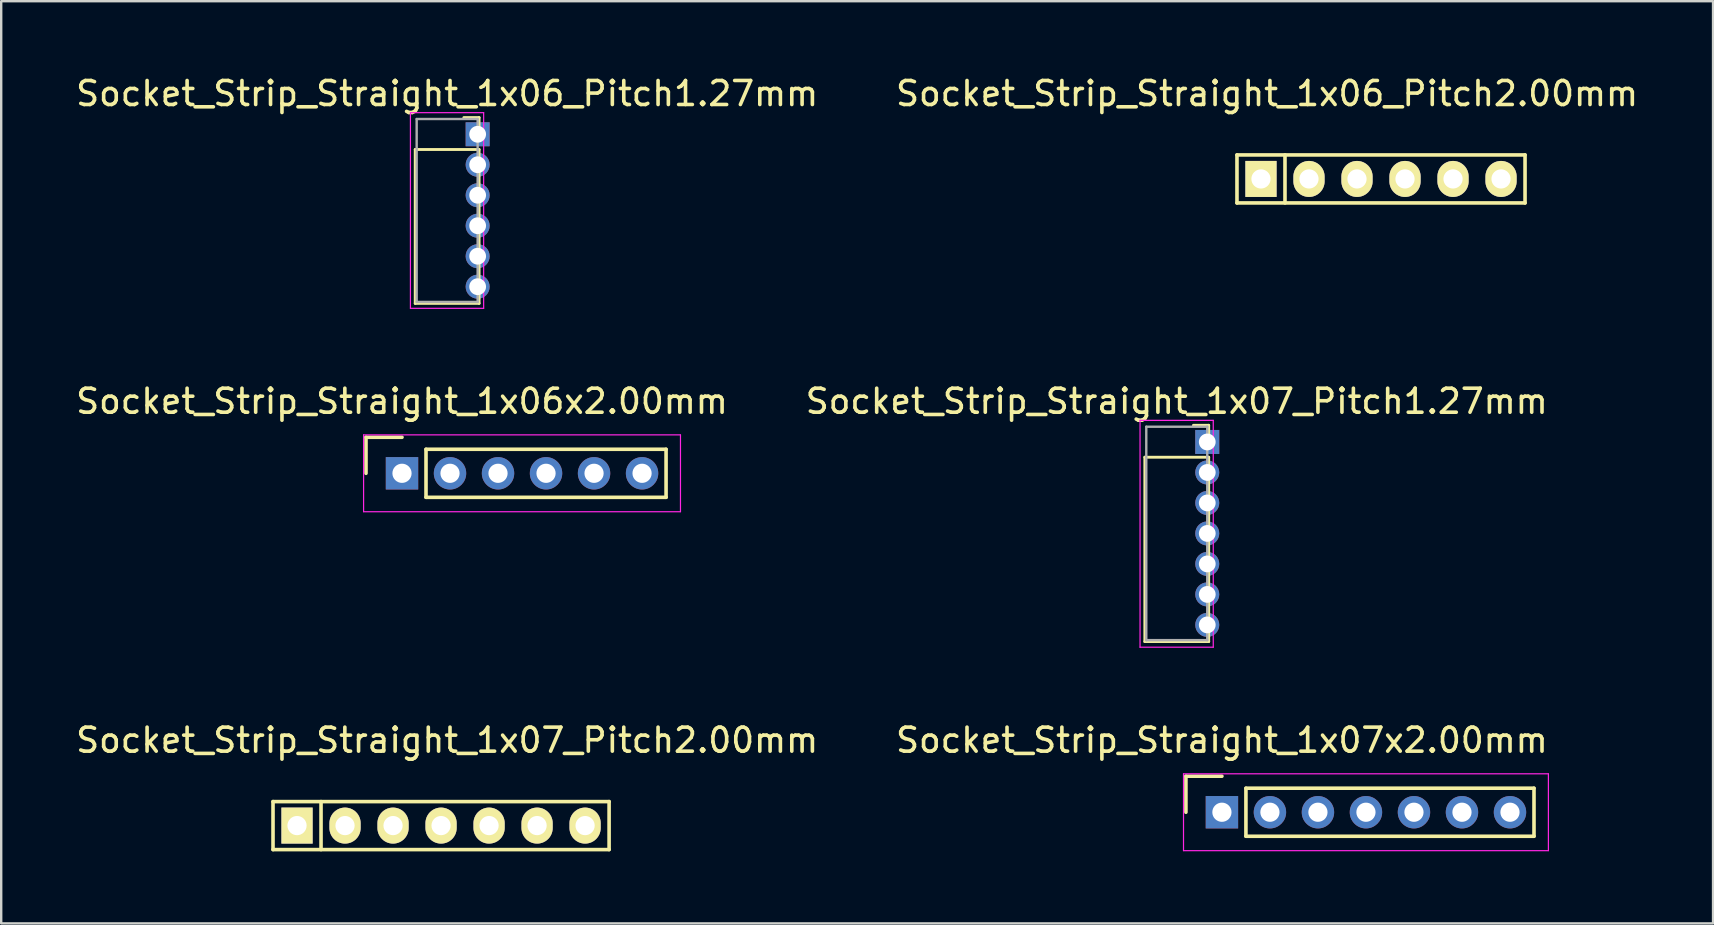
<source format=kicad_pcb>
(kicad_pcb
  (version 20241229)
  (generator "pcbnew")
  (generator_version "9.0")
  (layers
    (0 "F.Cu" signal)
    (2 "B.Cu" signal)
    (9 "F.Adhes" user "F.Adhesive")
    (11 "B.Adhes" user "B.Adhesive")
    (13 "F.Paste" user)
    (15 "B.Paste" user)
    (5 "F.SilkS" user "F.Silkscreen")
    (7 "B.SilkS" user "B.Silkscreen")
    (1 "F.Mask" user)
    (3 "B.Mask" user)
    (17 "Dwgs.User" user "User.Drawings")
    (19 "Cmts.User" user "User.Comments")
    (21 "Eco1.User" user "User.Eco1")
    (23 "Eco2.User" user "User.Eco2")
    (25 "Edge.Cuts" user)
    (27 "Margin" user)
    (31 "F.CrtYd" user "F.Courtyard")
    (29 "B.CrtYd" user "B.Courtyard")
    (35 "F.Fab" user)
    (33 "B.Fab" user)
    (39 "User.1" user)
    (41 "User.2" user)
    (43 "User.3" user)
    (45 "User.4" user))
  (footprint "Socket_Strip_Straight_1x07_Pitch1.27mm"
    (layer "F.Cu")
    (at 47.24 15.361)
    (property "Reference" "Socket_Strip_Straight_1x07_Pitch1.27mm" (at -1.27 -1.695 0) (layer "F.SilkS") (effects (font (size 1 1) (thickness 0.15))))
    (attr through_hole)
    (fp_line (start -2.6 0.635) (end -2.6 8.315) (stroke (width 0.12) (type solid)) (layer "F.SilkS"))
    (fp_line (start -2.6 8.315) (end 0.06 8.315) (stroke (width 0.12) (type solid)) (layer "F.SilkS"))
    (fp_line (start 0.06 -0.695) (end -0.575 -0.695) (stroke (width 0.12) (type solid)) (layer "F.SilkS"))
    (fp_line (start 0.06 0) (end 0.06 -0.695) (stroke (width 0.12) (type solid)) (layer "F.SilkS"))
    (fp_line (start 0.06 0.635) (end -2.6 0.635) (stroke (width 0.12) (type solid)) (layer "F.SilkS"))
    (fp_line (start 0.06 8.315) (end 0.06 0.635) (stroke (width 0.12) (type solid)) (layer "F.SilkS"))
    (fp_line (start -2.8 -0.9) (end -2.8 8.55) (stroke (width 0.05) (type solid)) (layer "F.CrtYd"))
    (fp_line (start -2.8 8.55) (end 0.25 8.55) (stroke (width 0.05) (type solid)) (layer "F.CrtYd"))
    (fp_line (start 0.25 -0.9) (end -2.8 -0.9) (stroke (width 0.05) (type solid)) (layer "F.CrtYd"))
    (fp_line (start 0.25 8.55) (end 0.25 -0.9) (stroke (width 0.05) (type solid)) (layer "F.CrtYd"))
    (fp_line (start -2.54 -0.635) (end -2.54 8.255) (stroke (width 0.1) (type solid)) (layer "F.Fab"))
    (fp_line (start -2.54 8.255) (end 0 8.255) (stroke (width 0.1) (type solid)) (layer "F.Fab"))
    (fp_line (start 0 -0.635) (end -2.54 -0.635) (stroke (width 0.1) (type solid)) (layer "F.Fab"))
    (fp_line (start 0 8.255) (end 0 -0.635) (stroke (width 0.1) (type solid)) (layer "F.Fab"))
    (pad "1" thru_hole rect (at 0 0) (size 1 1) (drill 0.7) (layers "*.Cu" "*.Mask"))
    (pad "2" thru_hole oval (at 0 1.27) (size 1 1) (drill 0.7) (layers "*.Cu" "*.Mask"))
    (pad "3" thru_hole oval (at 0 2.54) (size 1 1) (drill 0.7) (layers "*.Cu" "*.Mask"))
    (pad "4" thru_hole oval (at 0 3.81) (size 1 1) (drill 0.7) (layers "*.Cu" "*.Mask"))
    (pad "5" thru_hole oval (at 0 5.08) (size 1 1) (drill 0.7) (layers "*.Cu" "*.Mask"))
    (pad "6" thru_hole oval (at 0 6.35) (size 1 1) (drill 0.7) (layers "*.Cu" "*.Mask"))
    (pad "7" thru_hole oval (at 0 7.62) (size 1 1) (drill 0.7) (layers "*.Cu" "*.Mask")))
  (footprint "Socket_Strip_Straight_1x06x2.00mm"
    (layer "F.Cu")
    (at 13.696 16.666)
    (property "Reference" "Socket_Strip_Straight_1x06x2.00mm" (at 0 -3 0) (layer "F.SilkS") (effects (font (size 1 1) (thickness 0.15))))
    (attr through_hole)
    (fp_line (start -1.5 -1.5) (end -1.5 0) (stroke (width 0.15) (type solid)) (layer "F.SilkS"))
    (fp_line (start 0 -1.5) (end -1.5 -1.5) (stroke (width 0.15) (type solid)) (layer "F.SilkS"))
    (fp_line (start 1 -1) (end 1 1) (stroke (width 0.15) (type solid)) (layer "F.SilkS"))
    (fp_line (start 1 1) (end 11 1) (stroke (width 0.15) (type solid)) (layer "F.SilkS"))
    (fp_line (start 11 -1) (end 1 -1) (stroke (width 0.15) (type solid)) (layer "F.SilkS"))
    (fp_line (start 11 1) (end 11 -1) (stroke (width 0.15) (type solid)) (layer "F.SilkS"))
    (fp_line (start -1.6 -1.6) (end -1.6 1.6) (stroke (width 0.05) (type solid)) (layer "F.CrtYd"))
    (fp_line (start -1.6 1.6) (end 11.6 1.6) (stroke (width 0.05) (type solid)) (layer "F.CrtYd"))
    (fp_line (start 11.6 -1.6) (end -1.6 -1.6) (stroke (width 0.05) (type solid)) (layer "F.CrtYd"))
    (fp_line (start 11.6 1.6) (end 11.6 -1.6) (stroke (width 0.05) (type solid)) (layer "F.CrtYd"))
    (pad "1" thru_hole rect (at 0 0) (size 1.35 1.35) (drill 0.8) (layers "*.Cu" "*.Mask"))
    (pad "2" thru_hole circle (at 2 0) (size 1.35 1.35) (drill 0.8) (layers "*.Cu" "*.Mask"))
    (pad "3" thru_hole circle (at 4 0) (size 1.35 1.35) (drill 0.8) (layers "*.Cu" "*.Mask"))
    (pad "4" thru_hole circle (at 6 0) (size 1.35 1.35) (drill 0.8) (layers "*.Cu" "*.Mask"))
    (pad "5" thru_hole circle (at 8 0) (size 1.35 1.35) (drill 0.8) (layers "*.Cu" "*.Mask"))
    (pad "6" thru_hole circle (at 10 0) (size 1.35 1.35) (drill 0.8) (layers "*.Cu" "*.Mask")))
  (footprint "Socket_Strip_Straight_1x06_Pitch1.27mm"
    (layer "F.Cu")
    (at 16.847 2.543)
    (property "Reference" "Socket_Strip_Straight_1x06_Pitch1.27mm" (at -1.27 -1.695 0) (layer "F.SilkS") (effects (font (size 1 1) (thickness 0.15))))
    (attr through_hole)
    (fp_line (start -2.6 0.635) (end -2.6 7.045) (stroke (width 0.12) (type solid)) (layer "F.SilkS"))
    (fp_line (start -2.6 7.045) (end 0.06 7.045) (stroke (width 0.12) (type solid)) (layer "F.SilkS"))
    (fp_line (start 0.06 -0.695) (end -0.575 -0.695) (stroke (width 0.12) (type solid)) (layer "F.SilkS"))
    (fp_line (start 0.06 0) (end 0.06 -0.695) (stroke (width 0.12) (type solid)) (layer "F.SilkS"))
    (fp_line (start 0.06 0.635) (end -2.6 0.635) (stroke (width 0.12) (type solid)) (layer "F.SilkS"))
    (fp_line (start 0.06 7.045) (end 0.06 0.635) (stroke (width 0.12) (type solid)) (layer "F.SilkS"))
    (fp_line (start -2.8 -0.9) (end -2.8 7.25) (stroke (width 0.05) (type solid)) (layer "F.CrtYd"))
    (fp_line (start -2.8 7.25) (end 0.25 7.25) (stroke (width 0.05) (type solid)) (layer "F.CrtYd"))
    (fp_line (start 0.25 -0.9) (end -2.8 -0.9) (stroke (width 0.05) (type solid)) (layer "F.CrtYd"))
    (fp_line (start 0.25 7.25) (end 0.25 -0.9) (stroke (width 0.05) (type solid)) (layer "F.CrtYd"))
    (fp_line (start -2.54 -0.635) (end -2.54 6.985) (stroke (width 0.1) (type solid)) (layer "F.Fab"))
    (fp_line (start -2.54 6.985) (end 0 6.985) (stroke (width 0.1) (type solid)) (layer "F.Fab"))
    (fp_line (start 0 -0.635) (end -2.54 -0.635) (stroke (width 0.1) (type solid)) (layer "F.Fab"))
    (fp_line (start 0 6.985) (end 0 -0.635) (stroke (width 0.1) (type solid)) (layer "F.Fab"))
    (pad "1" thru_hole rect (at 0 0) (size 1 1) (drill 0.7) (layers "*.Cu" "*.Mask"))
    (pad "2" thru_hole oval (at 0 1.27) (size 1 1) (drill 0.7) (layers "*.Cu" "*.Mask"))
    (pad "3" thru_hole oval (at 0 2.54) (size 1 1) (drill 0.7) (layers "*.Cu" "*.Mask"))
    (pad "4" thru_hole oval (at 0 3.81) (size 1 1) (drill 0.7) (layers "*.Cu" "*.Mask"))
    (pad "5" thru_hole oval (at 0 5.08) (size 1 1) (drill 0.7) (layers "*.Cu" "*.Mask"))
    (pad "6" thru_hole oval (at 0 6.35) (size 1 1) (drill 0.7) (layers "*.Cu" "*.Mask")))
  (footprint "Socket_Strip_Straight_1x07_Pitch2.00mm"
    (layer "F.Cu")
    (at 15.323 31.341)
    (property "Reference" "Socket_Strip_Straight_1x07_Pitch2.00mm" (at 0.254 -3.556 0) (layer "F.SilkS") (effects (font (size 1 1) (thickness 0.15))))
    (attr through_hole)
    (fp_line (start -7 -1) (end 7 -1) (stroke (width 0.15) (type solid)) (layer "F.SilkS"))
    (fp_line (start -7 1) (end -7 -1) (stroke (width 0.15) (type solid)) (layer "F.SilkS"))
    (fp_line (start -5 -1) (end -5 1) (stroke (width 0.15) (type solid)) (layer "F.SilkS"))
    (fp_line (start 7 -1) (end 7 1) (stroke (width 0.15) (type solid)) (layer "F.SilkS"))
    (fp_line (start 7 1) (end -7 1) (stroke (width 0.15) (type solid)) (layer "F.SilkS"))
    (pad "1" thru_hole rect (at -6 0) (size 1.3 1.5) (drill 0.8) (layers "*.Cu" "*.Mask" "F.SilkS"))
    (pad "2" thru_hole oval (at -4 0) (size 1.3 1.5) (drill 0.8) (layers "*.Cu" "*.Mask" "F.SilkS"))
    (pad "3" thru_hole oval (at -2 0) (size 1.3 1.5) (drill 0.8) (layers "*.Cu" "*.Mask" "F.SilkS"))
    (pad "4" thru_hole oval (at 0 0) (size 1.3 1.5) (drill 0.8) (layers "*.Cu" "*.Mask" "F.SilkS"))
    (pad "5" thru_hole oval (at 2 0) (size 1.3 1.5) (drill 0.8) (layers "*.Cu" "*.Mask" "F.SilkS"))
    (pad "6" thru_hole oval (at 4 0) (size 1.3 1.5) (drill 0.8) (layers "*.Cu" "*.Mask" "F.SilkS"))
    (pad "7" thru_hole oval (at 6 0) (size 1.3 1.5) (drill 0.8) (layers "*.Cu" "*.Mask" "F.SilkS")))
  (footprint "Socket_Strip_Straight_1x07x2.00mm"
    (layer "F.Cu")
    (at 47.851 30.785)
    (property "Reference" "Socket_Strip_Straight_1x07x2.00mm" (at 0 -3 0) (layer "F.SilkS") (effects (font (size 1 1) (thickness 0.15))))
    (attr through_hole)
    (fp_line (start -1.5 -1.5) (end -1.5 0) (stroke (width 0.15) (type solid)) (layer "F.SilkS"))
    (fp_line (start 0 -1.5) (end -1.5 -1.5) (stroke (width 0.15) (type solid)) (layer "F.SilkS"))
    (fp_line (start 1 -1) (end 1 1) (stroke (width 0.15) (type solid)) (layer "F.SilkS"))
    (fp_line (start 1 1) (end 13 1) (stroke (width 0.15) (type solid)) (layer "F.SilkS"))
    (fp_line (start 13 -1) (end 1 -1) (stroke (width 0.15) (type solid)) (layer "F.SilkS"))
    (fp_line (start 13 1) (end 13 -1) (stroke (width 0.15) (type solid)) (layer "F.SilkS"))
    (fp_line (start -1.6 -1.6) (end -1.6 1.6) (stroke (width 0.05) (type solid)) (layer "F.CrtYd"))
    (fp_line (start -1.6 1.6) (end 13.6 1.6) (stroke (width 0.05) (type solid)) (layer "F.CrtYd"))
    (fp_line (start 13.6 -1.6) (end -1.6 -1.6) (stroke (width 0.05) (type solid)) (layer "F.CrtYd"))
    (fp_line (start 13.6 1.6) (end 13.6 -1.6) (stroke (width 0.05) (type solid)) (layer "F.CrtYd"))
    (pad "1" thru_hole rect (at 0 0) (size 1.35 1.35) (drill 0.8) (layers "*.Cu" "*.Mask"))
    (pad "2" thru_hole circle (at 2 0) (size 1.35 1.35) (drill 0.8) (layers "*.Cu" "*.Mask"))
    (pad "3" thru_hole circle (at 4 0) (size 1.35 1.35) (drill 0.8) (layers "*.Cu" "*.Mask"))
    (pad "4" thru_hole circle (at 6 0) (size 1.35 1.35) (drill 0.8) (layers "*.Cu" "*.Mask"))
    (pad "5" thru_hole circle (at 8 0) (size 1.35 1.35) (drill 0.8) (layers "*.Cu" "*.Mask"))
    (pad "6" thru_hole circle (at 10 0) (size 1.35 1.35) (drill 0.8) (layers "*.Cu" "*.Mask"))
    (pad "7" thru_hole circle (at 12 0) (size 1.35 1.35) (drill 0.8) (layers "*.Cu" "*.Mask")))
  (footprint "Socket_Strip_Straight_1x06_Pitch2.00mm"
    (layer "F.Cu")
    (at 49.478 4.404)
    (property "Reference" "Socket_Strip_Straight_1x06_Pitch2.00mm" (at 0.254 -3.556 0) (layer "F.SilkS") (effects (font (size 1 1) (thickness 0.15))))
    (attr through_hole)
    (fp_line (start -1 -1) (end 11 -1) (stroke (width 0.15) (type solid)) (layer "F.SilkS"))
    (fp_line (start -1 1) (end -1 -1) (stroke (width 0.15) (type solid)) (layer "F.SilkS"))
    (fp_line (start 1 -1) (end 1 1) (stroke (width 0.15) (type solid)) (layer "F.SilkS"))
    (fp_line (start 11 -1) (end 11 1) (stroke (width 0.15) (type solid)) (layer "F.SilkS"))
    (fp_line (start 11 1) (end -1 1) (stroke (width 0.15) (type solid)) (layer "F.SilkS"))
    (pad "1" thru_hole rect (at 0 0) (size 1.3 1.5) (drill 0.8) (layers "*.Cu" "*.Mask" "F.SilkS"))
    (pad "2" thru_hole oval (at 2 0) (size 1.3 1.5) (drill 0.8) (layers "*.Cu" "*.Mask" "F.SilkS"))
    (pad "3" thru_hole oval (at 4 0) (size 1.3 1.5) (drill 0.8) (layers "*.Cu" "*.Mask" "F.SilkS"))
    (pad "4" thru_hole oval (at 6 0) (size 1.3 1.5) (drill 0.8) (layers "*.Cu" "*.Mask" "F.SilkS"))
    (pad "5" thru_hole oval (at 8 0) (size 1.3 1.5) (drill 0.8) (layers "*.Cu" "*.Mask" "F.SilkS"))
    (pad "6" thru_hole oval (at 10 0) (size 1.3 1.5) (drill 0.8) (layers "*.Cu" "*.Mask" "F.SilkS")))
  (gr_rect
    (start -3 -3)
    (end 68.31 35.416)
    (stroke (width 0.1) (type default))
    (fill no)
    (layer "Edge.Cuts")))
</source>
